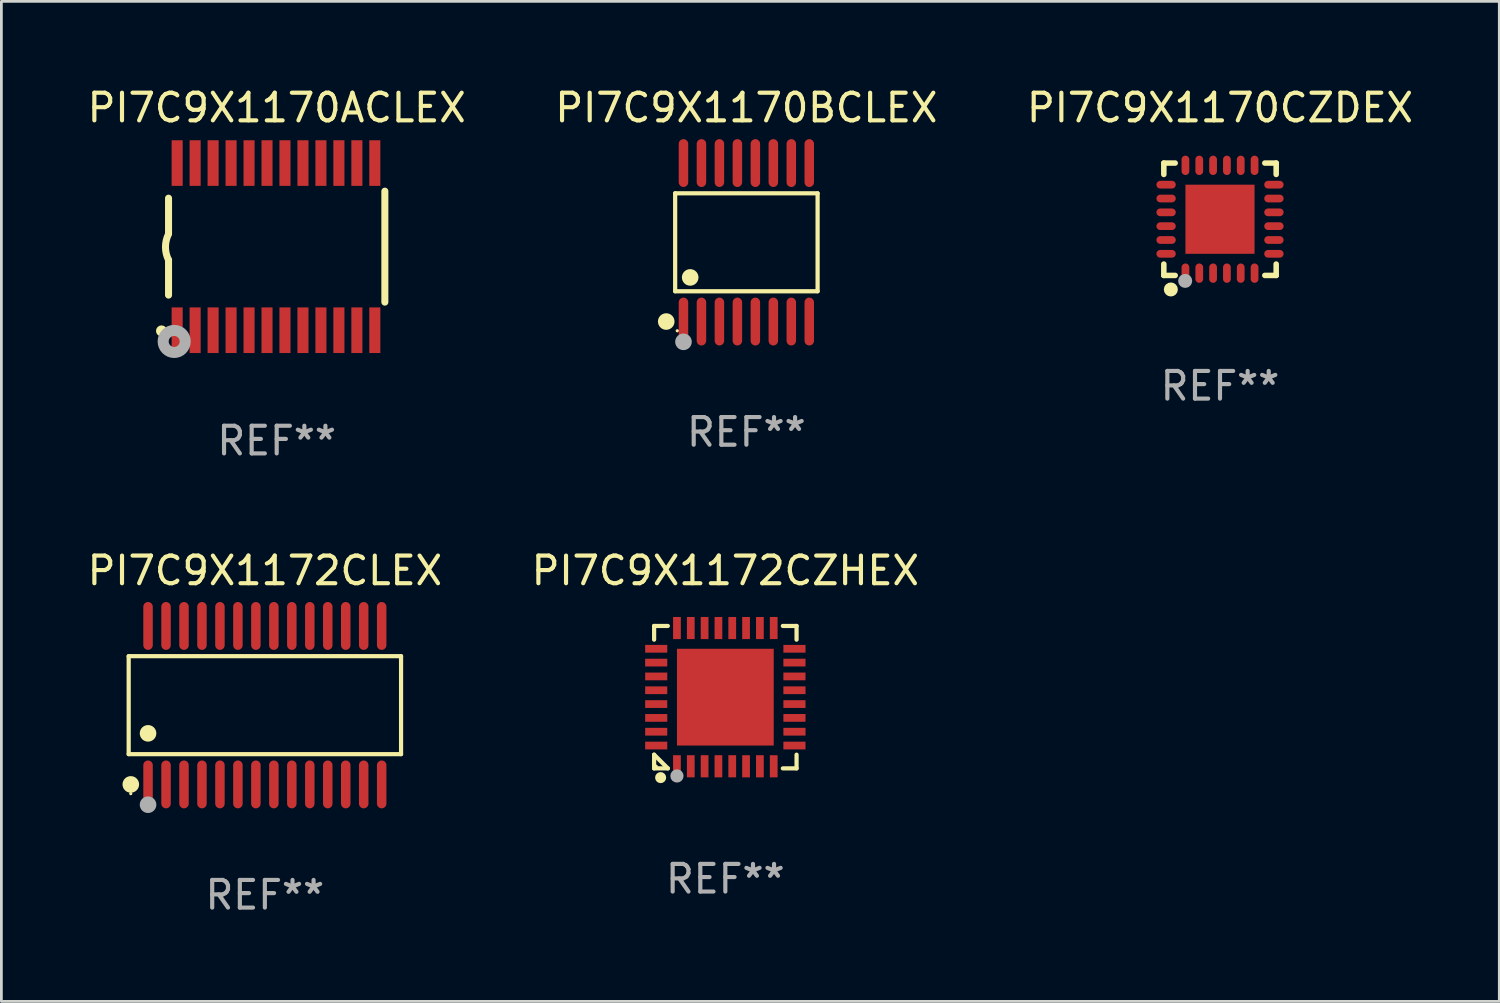
<source format=kicad_pcb>
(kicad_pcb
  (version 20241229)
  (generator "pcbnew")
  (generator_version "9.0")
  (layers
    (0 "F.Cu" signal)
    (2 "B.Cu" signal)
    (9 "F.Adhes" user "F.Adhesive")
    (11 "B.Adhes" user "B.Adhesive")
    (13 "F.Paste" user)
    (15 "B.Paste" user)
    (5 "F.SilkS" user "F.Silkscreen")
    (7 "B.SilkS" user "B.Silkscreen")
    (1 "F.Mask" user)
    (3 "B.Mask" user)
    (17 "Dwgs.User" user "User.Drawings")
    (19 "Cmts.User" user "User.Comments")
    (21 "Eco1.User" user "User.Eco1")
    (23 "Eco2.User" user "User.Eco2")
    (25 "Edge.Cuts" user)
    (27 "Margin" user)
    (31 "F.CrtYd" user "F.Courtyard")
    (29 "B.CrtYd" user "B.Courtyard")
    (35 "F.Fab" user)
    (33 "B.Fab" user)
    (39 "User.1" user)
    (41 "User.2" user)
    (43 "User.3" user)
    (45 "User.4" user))
  (footprint "PI7C9X1170BCLEX"
    (layer "F.Cu")
    (at 23.946 5.714)
    (property "Reference" "PI7C9X1170BCLEX" (at 0 -4.866 0) (layer "F.SilkS") (effects (font (size 1 1) (thickness 0.15))))
    (attr through_hole)
    (fp_line (start -2.576 -1.772) (end 2.576 -1.772) (stroke (width 0.152) (type solid)) (layer "F.SilkS"))
    (fp_line (start -2.576 1.771) (end -2.576 -1.772) (stroke (width 0.152) (type solid)) (layer "F.SilkS"))
    (fp_line (start 2.576 -1.772) (end 2.576 1.771) (stroke (width 0.152) (type solid)) (layer "F.SilkS"))
    (fp_line (start 2.576 1.771) (end -2.576 1.771) (stroke (width 0.152) (type solid)) (layer "F.SilkS"))
    (fp_circle (center -2.899 2.866) (end -2.749 2.866) (stroke (width 0.3) (type solid)) (fill no) (layer "F.SilkS"))
    (fp_circle (center -2.5 3.2) (end -2.47 3.2) (stroke (width 0.06) (type solid)) (fill no) (layer "F.SilkS"))
    (fp_circle (center -2.032 1.27) (end -1.882 1.27) (stroke (width 0.3) (type solid)) (fill no) (layer "F.SilkS"))
    (fp_circle (center -2.275 3.6) (end -2.125 3.6) (stroke (width 0.3) (type solid)) (fill no) (layer "F.Fab"))
    (fp_text user "REF**" (at 0 6.866 0) (layer "F.Fab") (effects (font (size 1 1) (thickness 0.15))))
    (pad "1" smd oval (at -2.275 2.866) (size 0.343 1.731) (layers "F.Cu" "F.Mask" "F.Paste"))
    (pad "2" smd oval (at -1.625 2.866) (size 0.343 1.731) (layers "F.Cu" "F.Mask" "F.Paste"))
    (pad "3" smd oval (at -0.975 2.866) (size 0.343 1.731) (layers "F.Cu" "F.Mask" "F.Paste"))
    (pad "4" smd oval (at -0.325 2.866) (size 0.343 1.731) (layers "F.Cu" "F.Mask" "F.Paste"))
    (pad "5" smd oval (at 0.325 2.866) (size 0.343 1.731) (layers "F.Cu" "F.Mask" "F.Paste"))
    (pad "6" smd oval (at 0.975 2.866) (size 0.343 1.731) (layers "F.Cu" "F.Mask" "F.Paste"))
    (pad "7" smd oval (at 1.625 2.866) (size 0.343 1.731) (layers "F.Cu" "F.Mask" "F.Paste"))
    (pad "8" smd oval (at 2.275 2.866) (size 0.343 1.731) (layers "F.Cu" "F.Mask" "F.Paste"))
    (pad "9" smd oval (at 2.275 -2.866) (size 0.343 1.731) (layers "F.Cu" "F.Mask" "F.Paste"))
    (pad "10" smd oval (at 1.625 -2.866) (size 0.343 1.731) (layers "F.Cu" "F.Mask" "F.Paste"))
    (pad "11" smd oval (at 0.975 -2.866) (size 0.343 1.731) (layers "F.Cu" "F.Mask" "F.Paste"))
    (pad "12" smd oval (at 0.325 -2.866) (size 0.343 1.731) (layers "F.Cu" "F.Mask" "F.Paste"))
    (pad "13" smd oval (at -0.325 -2.866) (size 0.343 1.731) (layers "F.Cu" "F.Mask" "F.Paste"))
    (pad "14" smd oval (at -0.975 -2.866) (size 0.343 1.731) (layers "F.Cu" "F.Mask" "F.Paste"))
    (pad "15" smd oval (at -1.625 -2.866) (size 0.343 1.731) (layers "F.Cu" "F.Mask" "F.Paste"))
    (pad "16" smd oval (at -2.275 -2.866) (size 0.343 1.731) (layers "F.Cu" "F.Mask" "F.Paste")))
  (footprint "PI7C9X1172CLEX"
    (layer "F.Cu")
    (at 6.53 22.456)
    (property "Reference" "PI7C9X1172CLEX" (at 0 -4.866 0) (layer "F.SilkS") (effects (font (size 1 1) (thickness 0.15))))
    (attr through_hole)
    (fp_line (start -4.926 -1.772) (end 4.926 -1.772) (stroke (width 0.152) (type solid)) (layer "F.SilkS"))
    (fp_line (start -4.926 1.771) (end -4.926 -1.772) (stroke (width 0.152) (type solid)) (layer "F.SilkS"))
    (fp_line (start 4.926 -1.772) (end 4.926 1.771) (stroke (width 0.152) (type solid)) (layer "F.SilkS"))
    (fp_line (start 4.926 1.771) (end -4.926 1.771) (stroke (width 0.152) (type solid)) (layer "F.SilkS"))
    (fp_circle (center -4.85 3.2) (end -4.82 3.2) (stroke (width 0.06) (type solid)) (fill no) (layer "F.SilkS"))
    (fp_circle (center -4.849 2.866) (end -4.699 2.866) (stroke (width 0.3) (type solid)) (fill no) (layer "F.SilkS"))
    (fp_circle (center -4.225 1.019) (end -4.075 1.019) (stroke (width 0.3) (type solid)) (fill no) (layer "F.SilkS"))
    (fp_circle (center -4.225 3.6) (end -4.075 3.6) (stroke (width 0.3) (type solid)) (fill no) (layer "F.Fab"))
    (fp_text user "REF**" (at 0 6.866 0) (layer "F.Fab") (effects (font (size 1 1) (thickness 0.15))))
    (pad "1" smd oval (at -4.225 2.866) (size 0.343 1.731) (layers "F.Cu" "F.Mask" "F.Paste"))
    (pad "2" smd oval (at -3.575 2.866) (size 0.343 1.731) (layers "F.Cu" "F.Mask" "F.Paste"))
    (pad "3" smd oval (at -2.925 2.866) (size 0.343 1.731) (layers "F.Cu" "F.Mask" "F.Paste"))
    (pad "4" smd oval (at -2.275 2.866) (size 0.343 1.731) (layers "F.Cu" "F.Mask" "F.Paste"))
    (pad "5" smd oval (at -1.625 2.866) (size 0.343 1.731) (layers "F.Cu" "F.Mask" "F.Paste"))
    (pad "6" smd oval (at -0.975 2.866) (size 0.343 1.731) (layers "F.Cu" "F.Mask" "F.Paste"))
    (pad "7" smd oval (at -0.325 2.866) (size 0.343 1.731) (layers "F.Cu" "F.Mask" "F.Paste"))
    (pad "8" smd oval (at 0.325 2.866) (size 0.343 1.731) (layers "F.Cu" "F.Mask" "F.Paste"))
    (pad "9" smd oval (at 0.975 2.866) (size 0.343 1.731) (layers "F.Cu" "F.Mask" "F.Paste"))
    (pad "10" smd oval (at 1.625 2.866) (size 0.343 1.731) (layers "F.Cu" "F.Mask" "F.Paste"))
    (pad "11" smd oval (at 2.275 2.866) (size 0.343 1.731) (layers "F.Cu" "F.Mask" "F.Paste"))
    (pad "12" smd oval (at 2.925 2.866) (size 0.343 1.731) (layers "F.Cu" "F.Mask" "F.Paste"))
    (pad "13" smd oval (at 3.575 2.866) (size 0.343 1.731) (layers "F.Cu" "F.Mask" "F.Paste"))
    (pad "14" smd oval (at 4.225 2.866) (size 0.343 1.731) (layers "F.Cu" "F.Mask" "F.Paste"))
    (pad "15" smd oval (at 4.225 -2.866) (size 0.343 1.731) (layers "F.Cu" "F.Mask" "F.Paste"))
    (pad "16" smd oval (at 3.575 -2.866) (size 0.343 1.731) (layers "F.Cu" "F.Mask" "F.Paste"))
    (pad "17" smd oval (at 2.925 -2.866) (size 0.343 1.731) (layers "F.Cu" "F.Mask" "F.Paste"))
    (pad "18" smd oval (at 2.275 -2.866) (size 0.343 1.731) (layers "F.Cu" "F.Mask" "F.Paste"))
    (pad "19" smd oval (at 1.625 -2.866) (size 0.343 1.731) (layers "F.Cu" "F.Mask" "F.Paste"))
    (pad "20" smd oval (at 0.975 -2.866) (size 0.343 1.731) (layers "F.Cu" "F.Mask" "F.Paste"))
    (pad "21" smd oval (at 0.325 -2.866) (size 0.343 1.731) (layers "F.Cu" "F.Mask" "F.Paste"))
    (pad "22" smd oval (at -0.325 -2.866) (size 0.343 1.731) (layers "F.Cu" "F.Mask" "F.Paste"))
    (pad "23" smd oval (at -0.975 -2.866) (size 0.343 1.731) (layers "F.Cu" "F.Mask" "F.Paste"))
    (pad "24" smd oval (at -1.625 -2.866) (size 0.343 1.731) (layers "F.Cu" "F.Mask" "F.Paste"))
    (pad "25" smd oval (at -2.275 -2.866) (size 0.343 1.731) (layers "F.Cu" "F.Mask" "F.Paste"))
    (pad "26" smd oval (at -2.925 -2.866) (size 0.343 1.731) (layers "F.Cu" "F.Mask" "F.Paste"))
    (pad "27" smd oval (at -3.575 -2.866) (size 0.343 1.731) (layers "F.Cu" "F.Mask" "F.Paste"))
    (pad "28" smd oval (at -4.225 -2.866) (size 0.343 1.731) (layers "F.Cu" "F.Mask" "F.Paste")))
  (footprint "PI7C9X1170CZDEX"
    (layer "F.Cu")
    (at 41.077 4.88)
    (property "Reference" "PI7C9X1170CZDEX" (at 0 -4.032 0) (layer "F.SilkS") (effects (font (size 1 1) (thickness 0.15))))
    (attr through_hole)
    (fp_line (start -2.032 -2.032) (end -1.621 -2.032) (stroke (width 0.2) (type solid)) (layer "F.SilkS"))
    (fp_line (start -2.032 -1.621) (end -2.032 -2.032) (stroke (width 0.2) (type solid)) (layer "F.SilkS"))
    (fp_line (start -2.032 2.032) (end -2.032 1.621) (stroke (width 0.2) (type solid)) (layer "F.SilkS"))
    (fp_line (start -1.621 2.032) (end -2.032 2.032) (stroke (width 0.2) (type solid)) (layer "F.SilkS"))
    (fp_line (start 1.621 -2.032) (end 2.032 -2.032) (stroke (width 0.2) (type solid)) (layer "F.SilkS"))
    (fp_line (start 2.032 -2.032) (end 2.032 -1.621) (stroke (width 0.2) (type solid)) (layer "F.SilkS"))
    (fp_line (start 2.032 1.621) (end 2.032 2.032) (stroke (width 0.2) (type solid)) (layer "F.SilkS"))
    (fp_line (start 2.032 2.032) (end 1.621 2.032) (stroke (width 0.2) (type solid)) (layer "F.SilkS"))
    (fp_circle (center -2 2) (end -1.97 2) (stroke (width 0.06) (type solid)) (fill no) (layer "F.SilkS"))
    (fp_circle (center -1.778 2.54) (end -1.651 2.54) (stroke (width 0.254) (type solid)) (fill no) (layer "F.SilkS"))
    (fp_circle (center -1.26 2.23) (end -1.133 2.23) (stroke (width 0.254) (type solid)) (fill no) (layer "F.Fab"))
    (fp_text user "REF**" (at 0 6.032 0) (layer "F.Fab") (effects (font (size 1 1) (thickness 0.15))))
    (pad "1" smd oval (at -1.25 1.95 180) (size 0.28 0.7) (layers "F.Cu" "F.Mask" "F.Paste"))
    (pad "2" smd oval (at -0.75 1.95 180) (size 0.28 0.7) (layers "F.Cu" "F.Mask" "F.Paste"))
    (pad "3" smd oval (at -0.25 1.95 180) (size 0.28 0.7) (layers "F.Cu" "F.Mask" "F.Paste"))
    (pad "4" smd oval (at 0.25 1.95 180) (size 0.28 0.7) (layers "F.Cu" "F.Mask" "F.Paste"))
    (pad "5" smd oval (at 0.75 1.95 180) (size 0.28 0.7) (layers "F.Cu" "F.Mask" "F.Paste"))
    (pad "6" smd oval (at 1.25 1.95 180) (size 0.28 0.7) (layers "F.Cu" "F.Mask" "F.Paste"))
    (pad "7" smd oval (at 1.95 1.25 270) (size 0.28 0.7) (layers "F.Cu" "F.Mask" "F.Paste"))
    (pad "8" smd oval (at 1.95 0.75 270) (size 0.28 0.7) (layers "F.Cu" "F.Mask" "F.Paste"))
    (pad "9" smd oval (at 1.95 0.25 270) (size 0.28 0.7) (layers "F.Cu" "F.Mask" "F.Paste"))
    (pad "10" smd oval (at 1.95 -0.25 270) (size 0.28 0.7) (layers "F.Cu" "F.Mask" "F.Paste"))
    (pad "11" smd oval (at 1.95 -0.75 270) (size 0.28 0.7) (layers "F.Cu" "F.Mask" "F.Paste"))
    (pad "12" smd oval (at 1.95 -1.25 270) (size 0.28 0.7) (layers "F.Cu" "F.Mask" "F.Paste"))
    (pad "13" smd oval (at 1.25 -1.95) (size 0.28 0.7) (layers "F.Cu" "F.Mask" "F.Paste"))
    (pad "14" smd oval (at 0.75 -1.95) (size 0.28 0.7) (layers "F.Cu" "F.Mask" "F.Paste"))
    (pad "15" smd oval (at 0.25 -1.95) (size 0.28 0.7) (layers "F.Cu" "F.Mask" "F.Paste"))
    (pad "16" smd oval (at -0.25 -1.95) (size 0.28 0.7) (layers "F.Cu" "F.Mask" "F.Paste"))
    (pad "17" smd oval (at -0.75 -1.95) (size 0.28 0.7) (layers "F.Cu" "F.Mask" "F.Paste"))
    (pad "18" smd oval (at -1.25 -1.95) (size 0.28 0.7) (layers "F.Cu" "F.Mask" "F.Paste"))
    (pad "19" smd oval (at -1.95 -1.25 90) (size 0.28 0.7) (layers "F.Cu" "F.Mask" "F.Paste"))
    (pad "20" smd oval (at -1.95 -0.75 90) (size 0.28 0.7) (layers "F.Cu" "F.Mask" "F.Paste"))
    (pad "21" smd oval (at -1.95 -0.25 90) (size 0.28 0.7) (layers "F.Cu" "F.Mask" "F.Paste"))
    (pad "22" smd oval (at -1.95 0.25 90) (size 0.28 0.7) (layers "F.Cu" "F.Mask" "F.Paste"))
    (pad "23" smd oval (at -1.95 0.75 90) (size 0.28 0.7) (layers "F.Cu" "F.Mask" "F.Paste"))
    (pad "24" smd oval (at -1.95 1.25 90) (size 0.28 0.7) (layers "F.Cu" "F.Mask" "F.Paste"))
    (pad "25" smd rect (at -0.000178 0.000025 90) (size 2.5 2.5) (layers "F.Cu" "F.Mask" "F.Paste")))
  (footprint "PI7C9X1172CZHEX"
    (layer "F.Cu")
    (at 23.185 22.166)
    (property "Reference" "PI7C9X1172CZHEX" (at 0 -4.576 0) (layer "F.SilkS") (effects (font (size 1 1) (thickness 0.15))))
    (attr through_hole)
    (fp_line (start -2.576 -2.576) (end -2.08 -2.576) (stroke (width 0.152) (type solid)) (layer "F.SilkS"))
    (fp_line (start -2.576 -2.08) (end -2.576 -2.576) (stroke (width 0.152) (type solid)) (layer "F.SilkS"))
    (fp_line (start -2.576 2.08) (end -2.576 2.576) (stroke (width 0.152) (type solid)) (layer "F.SilkS"))
    (fp_line (start -2.576 2.08) (end -2.08 2.576) (stroke (width 0.152) (type solid)) (layer "F.SilkS"))
    (fp_line (start -2.576 2.576) (end -2.08 2.576) (stroke (width 0.152) (type solid)) (layer "F.SilkS"))
    (fp_line (start 2.576 -2.576) (end 2.08 -2.576) (stroke (width 0.152) (type solid)) (layer "F.SilkS"))
    (fp_line (start 2.576 -2.08) (end 2.576 -2.576) (stroke (width 0.152) (type solid)) (layer "F.SilkS"))
    (fp_line (start 2.576 2.08) (end 2.576 2.576) (stroke (width 0.152) (type solid)) (layer "F.SilkS"))
    (fp_line (start 2.576 2.576) (end 2.08 2.576) (stroke (width 0.152) (type solid)) (layer "F.SilkS"))
    (fp_circle (center -2.5 2.5) (end -2.47 2.5) (stroke (width 0.06) (type solid)) (fill no) (layer "F.SilkS"))
    (fp_circle (center -2.34 2.91) (end -2.24 2.91) (stroke (width 0.2) (type solid)) (fill no) (layer "F.SilkS"))
    (fp_circle (center -1.75 2.85) (end -1.63 2.85) (stroke (width 0.24) (type solid)) (fill no) (layer "F.Fab"))
    (fp_text user "REF**" (at 0 6.576 0) (layer "F.Fab") (effects (font (size 1 1) (thickness 0.15))))
    (pad "1" smd rect (at -1.75 2.5) (size 0.28 0.8) (layers "F.Cu" "F.Mask" "F.Paste"))
    (pad "2" smd rect (at -1.25 2.5) (size 0.28 0.8) (layers "F.Cu" "F.Mask" "F.Paste"))
    (pad "3" smd rect (at -0.75 2.5) (size 0.28 0.8) (layers "F.Cu" "F.Mask" "F.Paste"))
    (pad "4" smd rect (at -0.25 2.5) (size 0.28 0.8) (layers "F.Cu" "F.Mask" "F.Paste"))
    (pad "5" smd rect (at 0.25 2.5) (size 0.28 0.8) (layers "F.Cu" "F.Mask" "F.Paste"))
    (pad "6" smd rect (at 0.75 2.5) (size 0.28 0.8) (layers "F.Cu" "F.Mask" "F.Paste"))
    (pad "7" smd rect (at 1.25 2.5) (size 0.28 0.8) (layers "F.Cu" "F.Mask" "F.Paste"))
    (pad "8" smd rect (at 1.75 2.5) (size 0.28 0.8) (layers "F.Cu" "F.Mask" "F.Paste"))
    (pad "9" smd rect (at 2.5 1.75) (size 0.8 0.28) (layers "F.Cu" "F.Mask" "F.Paste"))
    (pad "10" smd rect (at 2.5 1.25) (size 0.8 0.28) (layers "F.Cu" "F.Mask" "F.Paste"))
    (pad "11" smd rect (at 2.5 0.75) (size 0.8 0.28) (layers "F.Cu" "F.Mask" "F.Paste"))
    (pad "12" smd rect (at 2.5 0.25) (size 0.8 0.28) (layers "F.Cu" "F.Mask" "F.Paste"))
    (pad "13" smd rect (at 2.5 -0.25) (size 0.8 0.28) (layers "F.Cu" "F.Mask" "F.Paste"))
    (pad "14" smd rect (at 2.5 -0.75) (size 0.8 0.28) (layers "F.Cu" "F.Mask" "F.Paste"))
    (pad "15" smd rect (at 2.5 -1.25) (size 0.8 0.28) (layers "F.Cu" "F.Mask" "F.Paste"))
    (pad "16" smd rect (at 2.5 -1.75) (size 0.8 0.28) (layers "F.Cu" "F.Mask" "F.Paste"))
    (pad "17" smd rect (at 1.75 -2.5) (size 0.28 0.8) (layers "F.Cu" "F.Mask" "F.Paste"))
    (pad "18" smd rect (at 1.25 -2.5) (size 0.28 0.8) (layers "F.Cu" "F.Mask" "F.Paste"))
    (pad "19" smd rect (at 0.75 -2.5) (size 0.28 0.8) (layers "F.Cu" "F.Mask" "F.Paste"))
    (pad "20" smd rect (at 0.25 -2.5) (size 0.28 0.8) (layers "F.Cu" "F.Mask" "F.Paste"))
    (pad "21" smd rect (at -0.25 -2.5) (size 0.28 0.8) (layers "F.Cu" "F.Mask" "F.Paste"))
    (pad "22" smd rect (at -0.75 -2.5) (size 0.28 0.8) (layers "F.Cu" "F.Mask" "F.Paste"))
    (pad "23" smd rect (at -1.25 -2.5) (size 0.28 0.8) (layers "F.Cu" "F.Mask" "F.Paste"))
    (pad "24" smd rect (at -1.75 -2.5) (size 0.28 0.8) (layers "F.Cu" "F.Mask" "F.Paste"))
    (pad "25" smd rect (at -2.5 -1.75) (size 0.8 0.28) (layers "F.Cu" "F.Mask" "F.Paste"))
    (pad "26" smd rect (at -2.5 -1.25) (size 0.8 0.28) (layers "F.Cu" "F.Mask" "F.Paste"))
    (pad "27" smd rect (at -2.5 -0.75) (size 0.8 0.28) (layers "F.Cu" "F.Mask" "F.Paste"))
    (pad "28" smd rect (at -2.5 -0.25) (size 0.8 0.28) (layers "F.Cu" "F.Mask" "F.Paste"))
    (pad "29" smd rect (at -2.5 0.25) (size 0.8 0.28) (layers "F.Cu" "F.Mask" "F.Paste"))
    (pad "30" smd rect (at -2.5 0.75) (size 0.8 0.28) (layers "F.Cu" "F.Mask" "F.Paste"))
    (pad "31" smd rect (at -2.5 1.25) (size 0.8 0.28) (layers "F.Cu" "F.Mask" "F.Paste"))
    (pad "32" smd rect (at -2.5 1.75) (size 0.8 0.28) (layers "F.Cu" "F.Mask" "F.Paste"))
    (pad "33" smd rect (at 0 0) (size 3.5 3.5) (layers "F.Cu" "F.Mask" "F.Paste")))
  (footprint "PI7C9X1170ACLEX"
    (layer "F.Cu")
    (at 6.958 5.871)
    (property "Reference" "PI7C9X1170ACLEX" (at 0 -5.023 0) (layer "F.SilkS") (effects (font (size 1 1) (thickness 0.15))))
    (attr through_hole)
    (fp_line (start -3.912 -0.483) (end -3.912 -1.753) (stroke (width 0.254) (type solid)) (layer "F.SilkS"))
    (fp_line (start -3.912 1.753) (end -3.912 0.483) (stroke (width 0.254) (type solid)) (layer "F.SilkS"))
    (fp_line (start 3.912 -2.007) (end 3.912 2.007) (stroke (width 0.254) (type solid)) (layer "F.SilkS"))
    (fp_arc (start -3.911608 0.482601) (mid -4.022537 0.0127) (end -3.911608 -0.457201) (stroke (width 0.254001) (type solid)) (layer "F.SilkS"))
    (fp_circle (center -4.166 3.048) (end -4.066 3.048) (stroke (width 0.2) (type solid)) (fill no) (layer "F.SilkS"))
    (fp_circle (center -3.925 3.186) (end -3.895 3.186) (stroke (width 0.06) (type solid)) (fill no) (layer "F.SilkS"))
    (fp_circle (center -3.708 3.429) (end -3.509 3.429) (stroke (width 0.4) (type solid)) (fill no) (layer "F.Fab"))
    (fp_text user "REF**" (at 0 7.023 0) (layer "F.Fab") (effects (font (size 1 1) (thickness 0.15))))
    (pad "1" smd rect (at -3.6 3.023) (size 0.4 1.65) (layers "F.Cu" "F.Mask" "F.Paste"))
    (pad "2" smd rect (at -2.95 3.023) (size 0.4 1.65) (layers "F.Cu" "F.Mask" "F.Paste"))
    (pad "3" smd rect (at -2.3 3.023) (size 0.4 1.65) (layers "F.Cu" "F.Mask" "F.Paste"))
    (pad "4" smd rect (at -1.65 3.023) (size 0.4 1.65) (layers "F.Cu" "F.Mask" "F.Paste"))
    (pad "5" smd rect (at -1 3.023) (size 0.4 1.65) (layers "F.Cu" "F.Mask" "F.Paste"))
    (pad "6" smd rect (at -0.35 3.023) (size 0.4 1.65) (layers "F.Cu" "F.Mask" "F.Paste"))
    (pad "7" smd rect (at 0.299 3.023) (size 0.4 1.65) (layers "F.Cu" "F.Mask" "F.Paste"))
    (pad "8" smd rect (at 0.95 3.023) (size 0.4 1.65) (layers "F.Cu" "F.Mask" "F.Paste"))
    (pad "9" smd rect (at 1.6 3.023) (size 0.4 1.65) (layers "F.Cu" "F.Mask" "F.Paste"))
    (pad "10" smd rect (at 2.25 3.023) (size 0.4 1.65) (layers "F.Cu" "F.Mask" "F.Paste"))
    (pad "11" smd rect (at 2.9 3.023) (size 0.4 1.65) (layers "F.Cu" "F.Mask" "F.Paste"))
    (pad "12" smd rect (at 3.549 3.023) (size 0.4 1.65) (layers "F.Cu" "F.Mask" "F.Paste"))
    (pad "13" smd rect (at 3.549 -3.023) (size 0.4 1.65) (layers "F.Cu" "F.Mask" "F.Paste"))
    (pad "14" smd rect (at 2.9 -3.023) (size 0.4 1.65) (layers "F.Cu" "F.Mask" "F.Paste"))
    (pad "15" smd rect (at 2.25 -3.023) (size 0.4 1.65) (layers "F.Cu" "F.Mask" "F.Paste"))
    (pad "16" smd rect (at 1.6 -3.023) (size 0.4 1.65) (layers "F.Cu" "F.Mask" "F.Paste"))
    (pad "17" smd rect (at 0.95 -3.023) (size 0.4 1.65) (layers "F.Cu" "F.Mask" "F.Paste"))
    (pad "18" smd rect (at 0.299 -3.023) (size 0.4 1.65) (layers "F.Cu" "F.Mask" "F.Paste"))
    (pad "19" smd rect (at -0.35 -3.023) (size 0.4 1.65) (layers "F.Cu" "F.Mask" "F.Paste"))
    (pad "20" smd rect (at -1 -3.023) (size 0.4 1.65) (layers "F.Cu" "F.Mask" "F.Paste"))
    (pad "21" smd rect (at -1.65 -3.023) (size 0.4 1.65) (layers "F.Cu" "F.Mask" "F.Paste"))
    (pad "22" smd rect (at -2.3 -3.023) (size 0.4 1.65) (layers "F.Cu" "F.Mask" "F.Paste"))
    (pad "23" smd rect (at -2.95 -3.023) (size 0.4 1.65) (layers "F.Cu" "F.Mask" "F.Paste"))
    (pad "24" smd rect (at -3.6 -3.023) (size 0.4 1.65) (layers "F.Cu" "F.Mask" "F.Paste")))
  (gr_rect
    (start -3 -3)
    (end 51.179 33.17)
    (stroke (width 0.1) (type default))
    (fill no)
    (layer "Edge.Cuts")))
</source>
